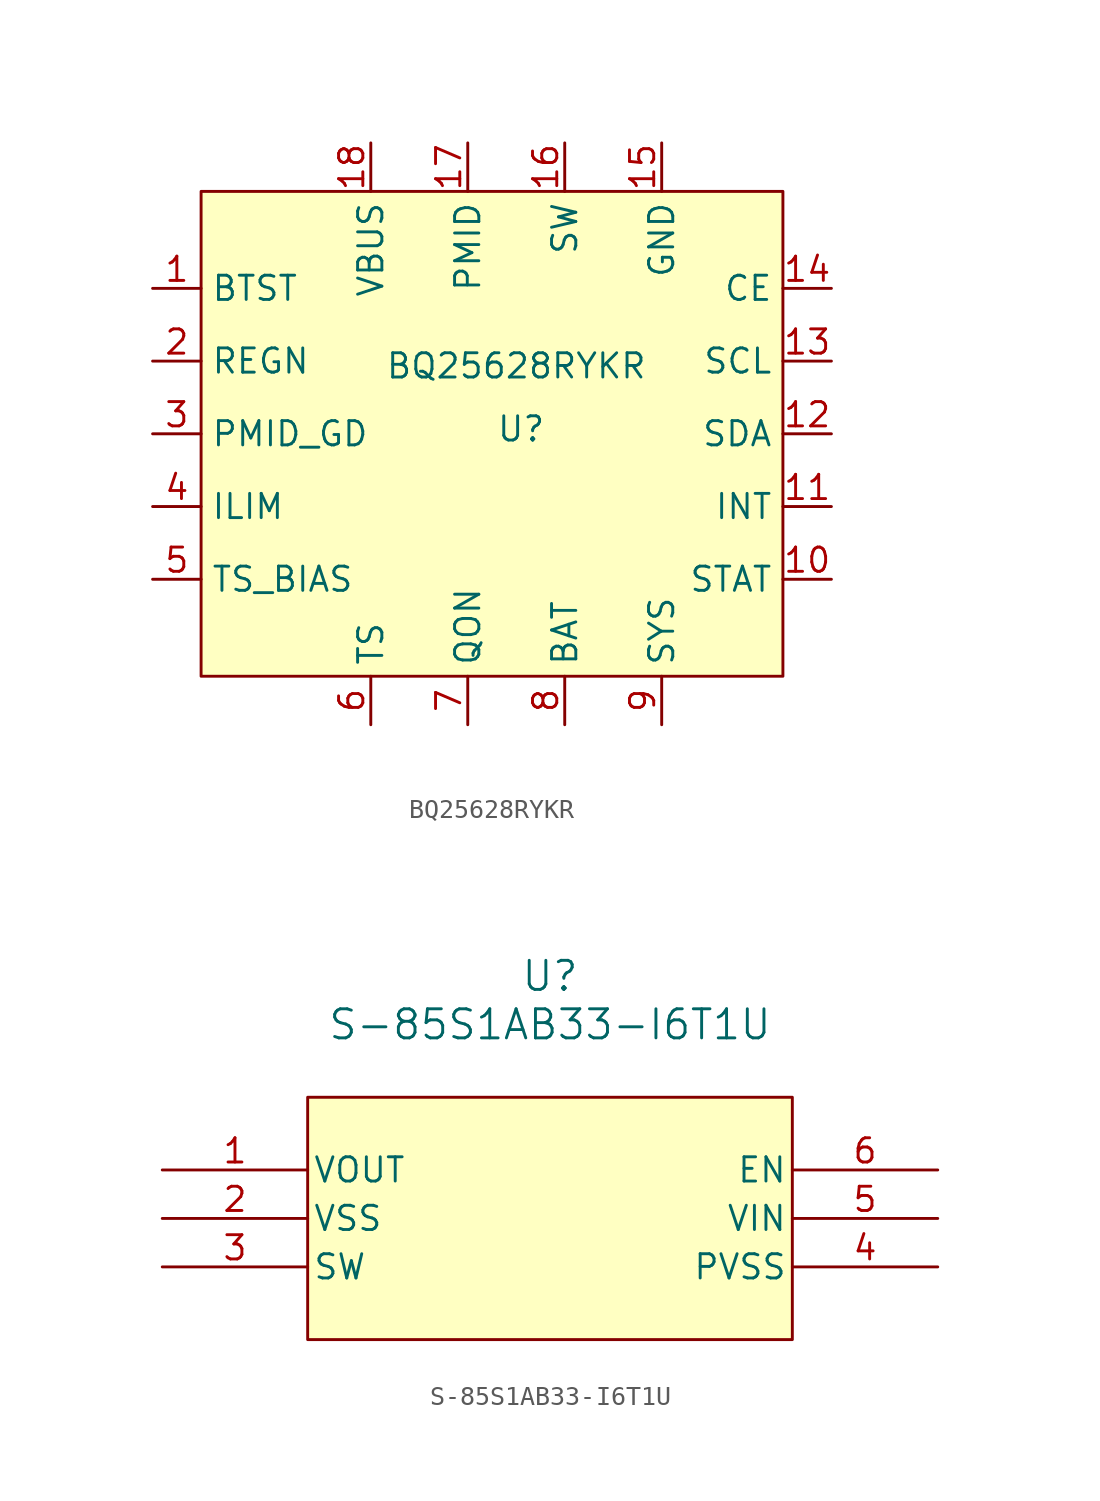
<source format=kicad_sym>
(kicad_symbol_lib
  (version 20231120)
  (generator "kicad_symbol_editor")
  (generator_version "8.0")
  (symbol "BQ25628RYKR"
    (property "Reference" "U"
      (at 16.764 -12.446 0)
      (effects (font (size 1.27 1.27))))
    (property "Value" "BQ25628RYKR"
      (at 16.51 -9.144 0)
      (effects (font (size 1.27 1.27))))
    (symbol "BQ25628RYKR_1_1"
      (rectangle (start 0 0) (end 30.48 -25.4) (stroke (width 0) (type default)) (fill (type background)))
      (pin passive line (at -2.54 -5.08 0) (length 2.54) (name "BTST" (effects (font (size 1.27 1.27)))) (number "1" (effects (font (size 1.27 1.27)))))
      (pin passive line (at 33.02 -20.32 180) (length 2.54) (name "STAT" (effects (font (size 1.27 1.27)))) (number "10" (effects (font (size 1.27 1.27)))))
      (pin passive line (at 33.02 -16.51 180) (length 2.54) (name "INT" (effects (font (size 1.27 1.27)))) (number "11" (effects (font (size 1.27 1.27)))))
      (pin passive line (at 33.02 -12.7 180) (length 2.54) (name "SDA" (effects (font (size 1.27 1.27)))) (number "12" (effects (font (size 1.27 1.27)))))
      (pin passive line (at 33.02 -8.89 180) (length 2.54) (name "SCL" (effects (font (size 1.27 1.27)))) (number "13" (effects (font (size 1.27 1.27)))))
      (pin passive line (at 33.02 -5.08 180) (length 2.54) (name "CE" (effects (font (size 1.27 1.27)))) (number "14" (effects (font (size 1.27 1.27)))))
      (pin passive line (at 24.13 2.54 270) (length 2.54) (name "GND" (effects (font (size 1.27 1.27)))) (number "15" (effects (font (size 1.27 1.27)))))
      (pin passive line (at 19.05 2.54 270) (length 2.54) (name "SW" (effects (font (size 1.27 1.27)))) (number "16" (effects (font (size 1.27 1.27)))))
      (pin passive line (at 13.97 2.54 270) (length 2.54) (name "PMID" (effects (font (size 1.27 1.27)))) (number "17" (effects (font (size 1.27 1.27)))))
      (pin passive line (at 8.89 2.54 270) (length 2.54) (name "VBUS" (effects (font (size 1.27 1.27)))) (number "18" (effects (font (size 1.27 1.27)))))
      (pin passive line (at -2.54 -8.89 0) (length 2.54) (name "REGN" (effects (font (size 1.27 1.27)))) (number "2" (effects (font (size 1.27 1.27)))))
      (pin passive line (at -2.54 -12.7 0) (length 2.54) (name "PMID_GD" (effects (font (size 1.27 1.27)))) (number "3" (effects (font (size 1.27 1.27)))))
      (pin passive line (at -2.54 -16.51 0) (length 2.54) (name "ILIM" (effects (font (size 1.27 1.27)))) (number "4" (effects (font (size 1.27 1.27)))))
      (pin passive line (at -2.54 -20.32 0) (length 2.54) (name "TS_BIAS" (effects (font (size 1.27 1.27)))) (number "5" (effects (font (size 1.27 1.27)))))
      (pin passive line (at 8.89 -27.94 90) (length 2.54) (name "TS" (effects (font (size 1.27 1.27)))) (number "6" (effects (font (size 1.27 1.27)))))
      (pin passive line (at 13.97 -27.94 90) (length 2.54) (name "QON" (effects (font (size 1.27 1.27)))) (number "7" (effects (font (size 1.27 1.27)))))
      (pin passive line (at 19.05 -27.94 90) (length 2.54) (name "BAT" (effects (font (size 1.27 1.27)))) (number "8" (effects (font (size 1.27 1.27)))))
      (pin passive line (at 24.13 -27.94 90) (length 2.54) (name "SYS" (effects (font (size 1.27 1.27)))) (number "9" (effects (font (size 1.27 1.27)))))))
  (symbol "S-85S1AB33-I6T1U"
    (pin_names
      (offset 0.254))
    (property "Reference" "U"
      (at 20.32 10.16 0)
      (effects (font (size 1.524 1.524))))
    (property "Value" "S-85S1AB33-I6T1U"
      (at 20.32 7.62 0)
      (effects (font (size 1.524 1.524))))
    (symbol "S-85S1AB33-I6T1U_0_1"
      (pin output line (at 0 0 0) (length 7.62) (name "VOUT" (effects (font (size 1.27 1.27)))) (number "1" (effects (font (size 1.27 1.27)))))
      (pin power_out line (at 0 -2.54 0) (length 7.62) (name "VSS" (effects (font (size 1.27 1.27)))) (number "2" (effects (font (size 1.27 1.27)))))
      (pin power_out line (at 40.64 -5.08 180) (length 7.62) (name "PVSS" (effects (font (size 1.27 1.27)))) (number "4" (effects (font (size 1.27 1.27)))))
      (pin power_in line (at 40.64 -2.54 180) (length 7.62) (name "VIN" (effects (font (size 1.27 1.27)))) (number "5" (effects (font (size 1.27 1.27)))))
      (pin input line (at 40.64 0 180) (length 7.62) (name "EN" (effects (font (size 1.27 1.27)))) (number "6" (effects (font (size 1.27 1.27))))))
    (symbol "S-85S1AB33-I6T1U_1_1"
      (rectangle (start 7.62 3.81) (end 33.02 -8.89) (stroke (width 0) (type default)) (fill (type background)))
      (pin passive line (at 0 -5.08 0) (length 7.62) (name "SW" (effects (font (size 1.27 1.27)))) (number "3" (effects (font (size 1.27 1.27))))))))
</source>
